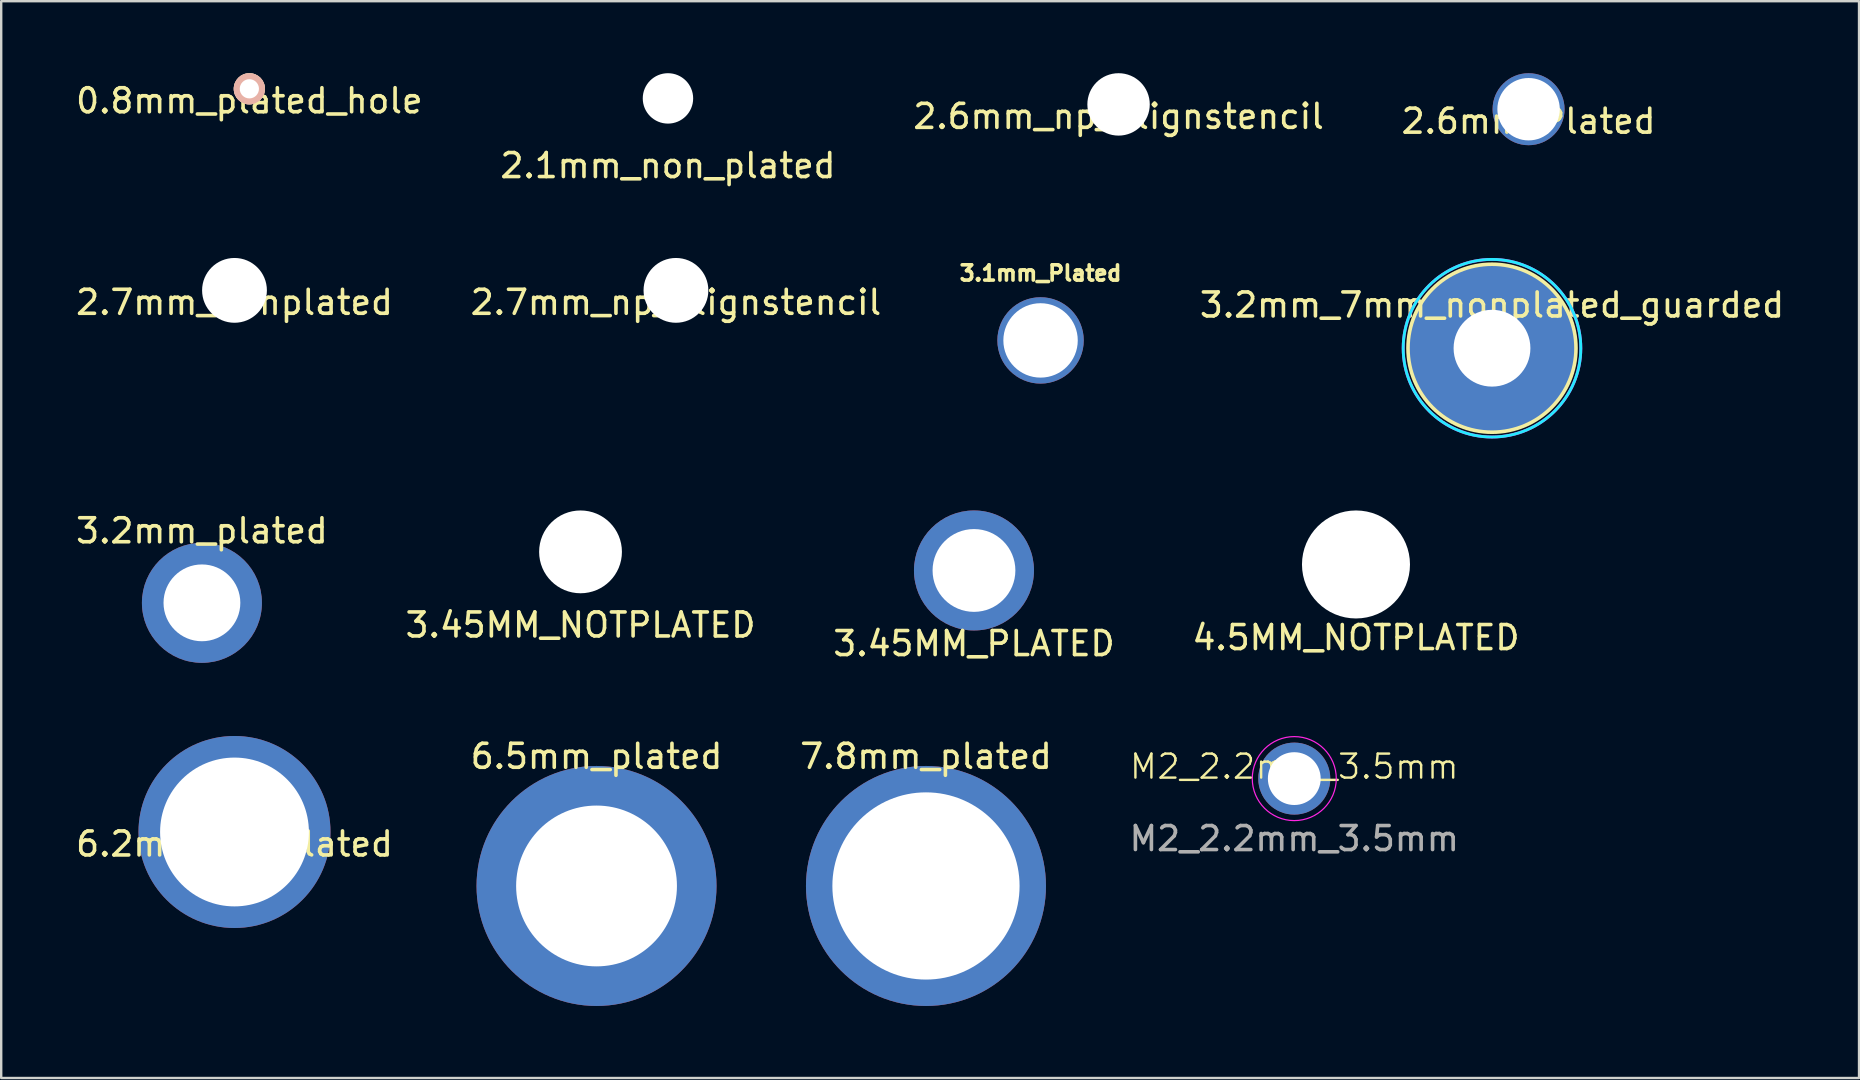
<source format=kicad_pcb>
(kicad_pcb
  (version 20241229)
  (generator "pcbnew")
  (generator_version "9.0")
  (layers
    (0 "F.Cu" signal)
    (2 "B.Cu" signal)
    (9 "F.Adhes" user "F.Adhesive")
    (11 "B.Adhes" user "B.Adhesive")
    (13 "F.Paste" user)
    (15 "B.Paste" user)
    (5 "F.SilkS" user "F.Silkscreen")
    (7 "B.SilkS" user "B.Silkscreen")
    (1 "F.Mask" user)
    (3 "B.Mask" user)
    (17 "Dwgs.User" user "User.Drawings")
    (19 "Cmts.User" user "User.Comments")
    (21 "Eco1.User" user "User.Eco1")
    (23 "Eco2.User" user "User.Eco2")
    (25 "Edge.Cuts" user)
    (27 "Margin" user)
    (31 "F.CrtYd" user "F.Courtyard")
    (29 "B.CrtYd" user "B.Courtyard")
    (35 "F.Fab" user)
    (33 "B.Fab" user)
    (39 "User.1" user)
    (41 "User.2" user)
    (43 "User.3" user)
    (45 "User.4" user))
  (footprint "7.8mm_plated"
    (layer "F.Cu")
    (at 35.53 33.863)
    (property "Reference" "7.8mm_plated" (at 0 -5.4 0) (layer "F.SilkS") (effects (font (size 1 1) (thickness 0.15))))
    (attr through_hole)
    (pad "1" thru_hole circle (at 0 0) (size 10 10) (drill 7.8) (layers "*.Cu" "*.Mask")))
  (footprint "2.6mm_Plated"
    (layer "F.Cu")
    (at 60.637 1.5)
    (property "Reference" "2.6mm_Plated" (at 0 0.5 0) (layer "F.SilkS") (effects (font (size 1 1) (thickness 0.15))))
    (attr through_hole)
    (pad "1" thru_hole circle (at 0 0) (size 3 3) (drill 2.6) (layers "*.Cu" "*.Mask")))
  (footprint "3.45MM_PLATED"
    (layer "F.Cu")
    (at 37.53 20.718)
    (property "Reference" "3.45MM_PLATED" (at 0 3.048 0) (layer "F.SilkS") (effects (font (size 1 1) (thickness 0.15))))
    (attr through_hole)
    (pad "" thru_hole circle (at 0 0) (size 5 5) (drill 3.45) (layers "*.Cu" "*.Mask")))
  (footprint "3.2mm_plated"
    (layer "F.Cu")
    (at 5.363 22.067)
    (property "Reference" "3.2mm_plated" (at 0 -3 0) (layer "F.SilkS") (effects (font (size 1 1) (thickness 0.15))))
    (attr through_hole)
    (pad "1" thru_hole circle (at 0 0) (size 5 5) (drill 3.2) (layers "*.Cu" "*.Mask")))
  (footprint "0.8mm_plated_hole"
    (layer "F.Cu")
    (at 7.339 0.65)
    (property "Reference" "0.8mm_plated_hole" (at 0 0.5 0) (layer "F.SilkS") (effects (font (size 1 1) (thickness 0.15))))
    (attr through_hole)
    (pad "1" thru_hole circle (at 0 0) (size 1.3 1.3) (drill 0.8) (layers "*.Cu" "*.SilkS" "*.Mask")))
  (footprint "2.7mm_np_alignstencil"
    (layer "F.Cu")
    (at 25.113 9.048)
    (property "Reference" "2.7mm_np_alignstencil" (at 0 0.5 0) (layer "F.SilkS") (effects (font (size 1 1) (thickness 0.15))))
    (attr through_hole)
    (pad "" np_thru_hole circle (at 0 0) (size 2.7 2.7) (drill 2.7) (layers "*.Cu" "*.Mask" "F.Paste")))
  (footprint "2.1mm_non_plated"
    (layer "F.Cu")
    (at 24.78 1.05)
    (property "Reference" "2.1mm_non_plated" (at 0 2.8 0) (layer "F.SilkS") (effects (font (size 1 1) (thickness 0.15))))
    (attr through_hole)
    (pad "" np_thru_hole circle (at 0 0) (size 2.1 2.1) (drill 2.1) (layers "*.Cu" "*.Mask")))
  (footprint "3.2mm_7mm_nonplated_guarded"
    (layer "F.Cu")
    (at 59.113 11.458)
    (property "Reference" "3.2mm_7mm_nonplated_guarded" (at 0 -1.8 0) (layer "F.SilkS") (effects (font (size 1 1) (thickness 0.15))))
    (attr through_hole)
    (fp_circle (center 0 0) (end 3.5 0) (stroke (width 0.15) (type solid)) (fill no) (layer "F.SilkS"))
    (fp_circle (center 0 0) (end 3.7 0) (stroke (width 0.12) (type solid)) (fill no) (layer "B.CrtYd"))
    (fp_circle (center 0 0) (end 3.7 0) (stroke (width 0.12) (type solid)) (fill no) (layer "F.CrtYd"))
    (pad "" np_thru_hole circle (at 0 0) (size 7 7) (drill 3.2) (layers "*.Cu" "*.Mask")))
  (footprint "6.2mm_nonplated"
    (layer "F.Cu")
    (at 6.72 31.614)
    (property "Reference" "6.2mm_nonplated" (at 0 0.5 0) (layer "F.SilkS") (effects (font (size 1 1) (thickness 0.15))))
    (attr through_hole)
    (pad "" np_thru_hole circle (at 0 0) (size 8 8) (drill 6.2) (layers "*.Cu" "*.Mask")))
  (footprint "2.6mm_np_alignstencil"
    (layer "F.Cu")
    (at 43.554 1.3)
    (property "Reference" "2.6mm_np_alignstencil" (at 0 0.5 0) (layer "F.SilkS") (effects (font (size 1 1) (thickness 0.15))))
    (attr through_hole)
    (pad "" np_thru_hole circle (at 0 0) (size 2.6 2.6) (drill 2.6) (layers "*.Cu" "*.Paste" "*.Mask")))
  (footprint "M2_2.2mm_3.5mm"
    (layer "F.Cu")
    (at 50.875 29.39)
    (property "Reference" "M2_2.2mm_3.5mm" (at 0 -0.5 0) (unlocked yes) (layer "F.SilkS") (effects (font (size 1 1) (thickness 0.1))))
    (attr through_hole)
    (fp_circle (center 0 0) (end 1.75 0) (stroke (width 0.05) (type solid)) (fill no) (layer "F.CrtYd"))
    (fp_text user "${REFERENCE}" (at 0 2.5 0) (unlocked yes) (layer "F.Fab") (effects (font (size 1 1) (thickness 0.15))))
    (pad "1" thru_hole circle (at 0 0) (size 3 3) (drill 2.2) (layers "*.Cu" "*.Mask")))
  (footprint "3.45MM_NOTPLATED"
    (layer "F.Cu")
    (at 21.137 19.943)
    (property "Reference" "3.45MM_NOTPLATED" (at 0 3.048 0) (layer "F.SilkS") (effects (font (size 1 1) (thickness 0.15))))
    (attr through_hole)
    (pad "" np_thru_hole circle (at 0 0) (size 3.45 3.45) (drill 3.45) (layers "*.Cu" "*.Mask")))
  (footprint "6.5mm_plated"
    (layer "F.Cu")
    (at 21.804 33.863)
    (property "Reference" "6.5mm_plated" (at 0 -5.4 0) (layer "F.SilkS") (effects (font (size 1 1) (thickness 0.15))))
    (attr through_hole)
    (pad "1" thru_hole circle (at 0 0) (size 10 10) (drill 6.7) (layers "*.Cu" "*.Mask")))
  (footprint "4.5MM_NOTPLATED"
    (layer "F.Cu")
    (at 53.446 20.468)
    (property "Reference" "4.5MM_NOTPLATED" (at 0 3.048 0) (layer "F.SilkS") (effects (font (size 1 1) (thickness 0.15))))
    (attr through_hole)
    (pad "" np_thru_hole circle (at 0 0) (size 4.5 4.5) (drill 4.5) (layers "*.Cu" "*.Mask")))
  (footprint "3.1mm_Plated"
    (layer "F.Cu")
    (at 40.304 11.133)
    (property "Reference" "3.1mm_Plated" (at 0 -2.8 0) (layer "F.SilkS") (effects (font (size 0.635 0.635) (thickness 0.15))))
    (attr through_hole)
    (pad "1" thru_hole circle (at 0 0) (size 3.6 3.6) (drill 3.1) (layers "*.Cu" "*.Mask")))
  (footprint "2.7mm_nonplated"
    (layer "F.Cu")
    (at 6.72 9.048)
    (property "Reference" "2.7mm_nonplated" (at 0 0.5 0) (layer "F.SilkS") (effects (font (size 1 1) (thickness 0.15))))
    (attr through_hole)
    (pad "" np_thru_hole circle (at 0 0) (size 2.7 2.7) (drill 2.7) (layers "*.Cu" "*.Mask")))
  (gr_rect
    (start -3 -3)
    (end 74.405 41.863)
    (stroke (width 0.1) (type default))
    (fill no)
    (layer "Edge.Cuts")))
</source>
